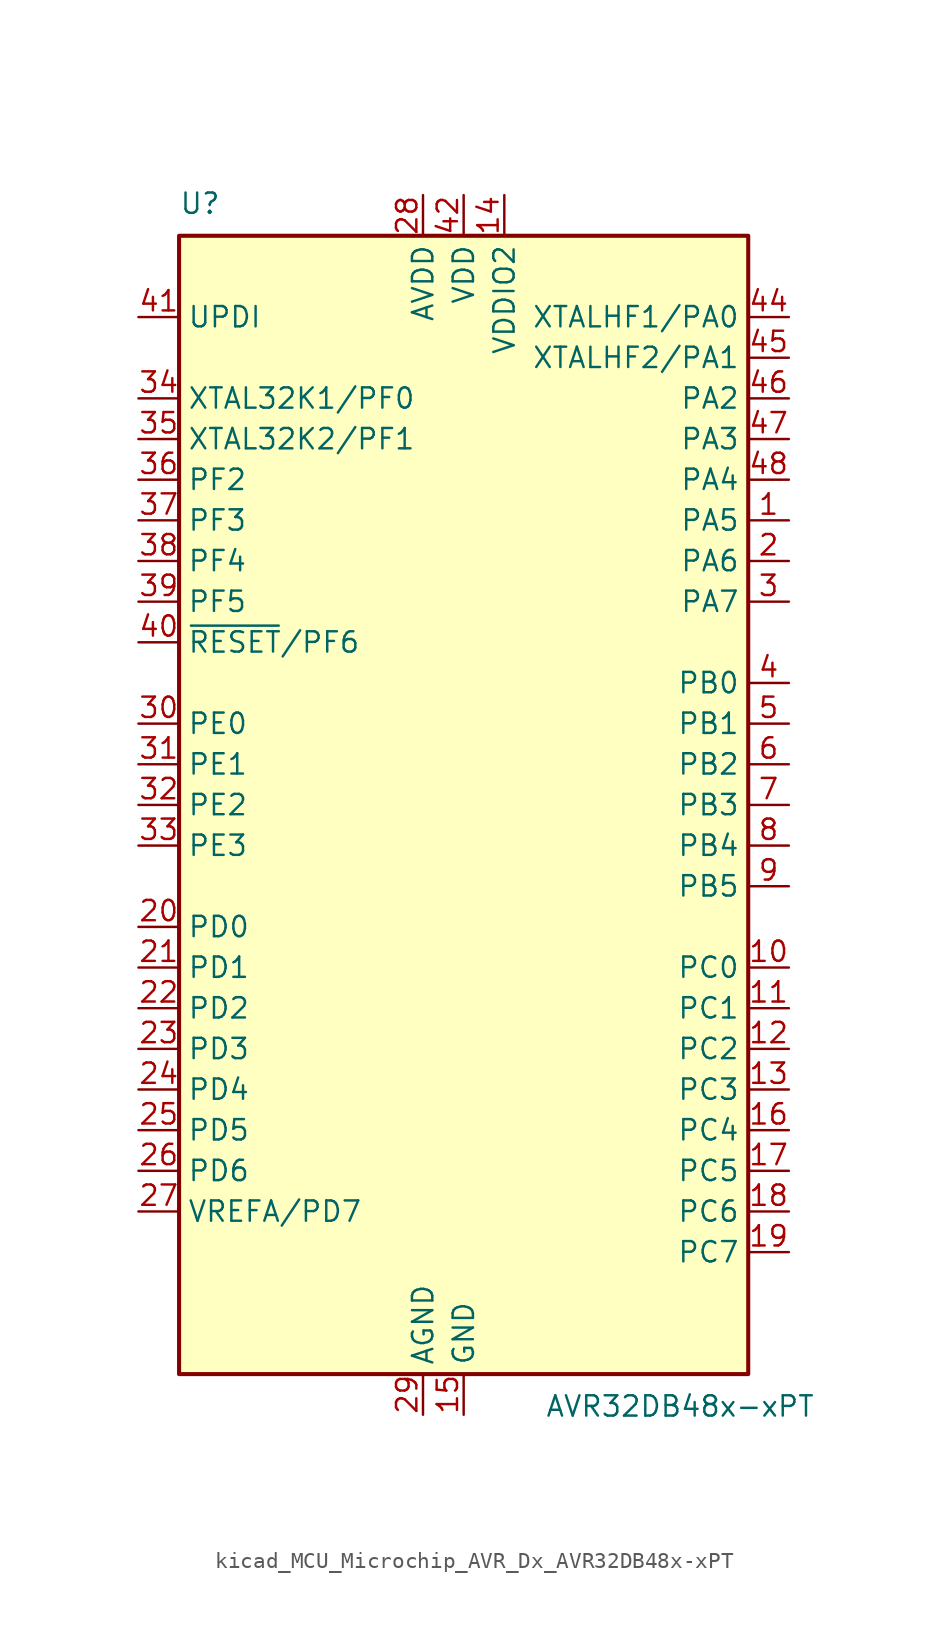
<source format=kicad_sym>
(kicad_symbol_lib
  (version 20220914)
  (generator kicad_symbol_editor)
  (symbol "kicad_MCU_Microchip_AVR_Dx_AVR32DB48x-xPT"
    (property "Reference" "U"
      (at -17.78 36.83 0)
      (effects (font (size 1.27 1.27)) (justify left bottom)))
    (property "Value" "AVR32DB48x-xPT"
      (at 5.08 -36.83 0)
      (effects (font (size 1.27 1.27)) (justify left top)))
    (symbol "kicad_MCU_Microchip_AVR_Dx_AVR32DB48x-xPT_0_1"
      (rectangle (start -17.78 35.56) (end 17.78 -35.56) (stroke (width 0.254) (type default)) (fill (type background))))
    (symbol "kicad_MCU_Microchip_AVR_Dx_AVR32DB48x-xPT_1_1"
      (pin bidirectional line (at 20.32 17.78 180) (length 2.54) (name "PA5" (effects (font (size 1.27 1.27)))) (number "1" (effects (font (size 1.27 1.27)))))
      (pin bidirectional line (at 20.32 -10.16 180) (length 2.54) (name "PC0" (effects (font (size 1.27 1.27)))) (number "10" (effects (font (size 1.27 1.27)))))
      (pin bidirectional line (at 20.32 -12.7 180) (length 2.54) (name "PC1" (effects (font (size 1.27 1.27)))) (number "11" (effects (font (size 1.27 1.27)))))
      (pin bidirectional line (at 20.32 -15.24 180) (length 2.54) (name "PC2" (effects (font (size 1.27 1.27)))) (number "12" (effects (font (size 1.27 1.27)))))
      (pin bidirectional line (at 20.32 -17.78 180) (length 2.54) (name "PC3" (effects (font (size 1.27 1.27)))) (number "13" (effects (font (size 1.27 1.27)))))
      (pin power_in line (at 2.54 38.1 270) (length 2.54) (name "VDDIO2" (effects (font (size 1.27 1.27)))) (number "14" (effects (font (size 1.27 1.27)))))
      (pin power_in line (at 0 -38.1 90) (length 2.54) (name "GND" (effects (font (size 1.27 1.27)))) (number "15" (effects (font (size 1.27 1.27)))))
      (pin bidirectional line (at 20.32 -20.32 180) (length 2.54) (name "PC4" (effects (font (size 1.27 1.27)))) (number "16" (effects (font (size 1.27 1.27)))))
      (pin bidirectional line (at 20.32 -22.86 180) (length 2.54) (name "PC5" (effects (font (size 1.27 1.27)))) (number "17" (effects (font (size 1.27 1.27)))))
      (pin bidirectional line (at 20.32 -25.4 180) (length 2.54) (name "PC6" (effects (font (size 1.27 1.27)))) (number "18" (effects (font (size 1.27 1.27)))))
      (pin bidirectional line (at 20.32 -27.94 180) (length 2.54) (name "PC7" (effects (font (size 1.27 1.27)))) (number "19" (effects (font (size 1.27 1.27)))))
      (pin bidirectional line (at 20.32 15.24 180) (length 2.54) (name "PA6" (effects (font (size 1.27 1.27)))) (number "2" (effects (font (size 1.27 1.27)))))
      (pin bidirectional line (at -20.32 -7.62 0) (length 2.54) (name "PD0" (effects (font (size 1.27 1.27)))) (number "20" (effects (font (size 1.27 1.27)))))
      (pin bidirectional line (at -20.32 -10.16 0) (length 2.54) (name "PD1" (effects (font (size 1.27 1.27)))) (number "21" (effects (font (size 1.27 1.27)))))
      (pin bidirectional line (at -20.32 -12.7 0) (length 2.54) (name "PD2" (effects (font (size 1.27 1.27)))) (number "22" (effects (font (size 1.27 1.27)))))
      (pin bidirectional line (at -20.32 -15.24 0) (length 2.54) (name "PD3" (effects (font (size 1.27 1.27)))) (number "23" (effects (font (size 1.27 1.27)))))
      (pin bidirectional line (at -20.32 -17.78 0) (length 2.54) (name "PD4" (effects (font (size 1.27 1.27)))) (number "24" (effects (font (size 1.27 1.27)))))
      (pin bidirectional line (at -20.32 -20.32 0) (length 2.54) (name "PD5" (effects (font (size 1.27 1.27)))) (number "25" (effects (font (size 1.27 1.27)))))
      (pin bidirectional line (at -20.32 -22.86 0) (length 2.54) (name "PD6" (effects (font (size 1.27 1.27)))) (number "26" (effects (font (size 1.27 1.27)))))
      (pin bidirectional line (at -20.32 -25.4 0) (length 2.54) (name "VREFA/PD7" (effects (font (size 1.27 1.27)))) (number "27" (effects (font (size 1.27 1.27)))))
      (pin power_in line (at -2.54 38.1 270) (length 2.54) (name "AVDD" (effects (font (size 1.27 1.27)))) (number "28" (effects (font (size 1.27 1.27)))))
      (pin power_in line (at -2.54 -38.1 90) (length 2.54) (name "AGND" (effects (font (size 1.27 1.27)))) (number "29" (effects (font (size 1.27 1.27)))))
      (pin bidirectional line (at 20.32 12.7 180) (length 2.54) (name "PA7" (effects (font (size 1.27 1.27)))) (number "3" (effects (font (size 1.27 1.27)))))
      (pin bidirectional line (at -20.32 5.08 0) (length 2.54) (name "PE0" (effects (font (size 1.27 1.27)))) (number "30" (effects (font (size 1.27 1.27)))))
      (pin bidirectional line (at -20.32 2.54 0) (length 2.54) (name "PE1" (effects (font (size 1.27 1.27)))) (number "31" (effects (font (size 1.27 1.27)))))
      (pin bidirectional line (at -20.32 0 0) (length 2.54) (name "PE2" (effects (font (size 1.27 1.27)))) (number "32" (effects (font (size 1.27 1.27)))))
      (pin bidirectional line (at -20.32 -2.54 0) (length 2.54) (name "PE3" (effects (font (size 1.27 1.27)))) (number "33" (effects (font (size 1.27 1.27)))))
      (pin bidirectional line (at -20.32 25.4 0) (length 2.54) (name "XTAL32K1/PF0" (effects (font (size 1.27 1.27)))) (number "34" (effects (font (size 1.27 1.27)))))
      (pin bidirectional line (at -20.32 22.86 0) (length 2.54) (name "XTAL32K2/PF1" (effects (font (size 1.27 1.27)))) (number "35" (effects (font (size 1.27 1.27)))))
      (pin bidirectional line (at -20.32 20.32 0) (length 2.54) (name "PF2" (effects (font (size 1.27 1.27)))) (number "36" (effects (font (size 1.27 1.27)))))
      (pin bidirectional line (at -20.32 17.78 0) (length 2.54) (name "PF3" (effects (font (size 1.27 1.27)))) (number "37" (effects (font (size 1.27 1.27)))))
      (pin bidirectional line (at -20.32 15.24 0) (length 2.54) (name "PF4" (effects (font (size 1.27 1.27)))) (number "38" (effects (font (size 1.27 1.27)))))
      (pin bidirectional line (at -20.32 12.7 0) (length 2.54) (name "PF5" (effects (font (size 1.27 1.27)))) (number "39" (effects (font (size 1.27 1.27)))))
      (pin bidirectional line (at 20.32 7.62 180) (length 2.54) (name "PB0" (effects (font (size 1.27 1.27)))) (number "4" (effects (font (size 1.27 1.27)))))
      (pin bidirectional line (at -20.32 10.16 0) (length 2.54) (name "~{RESET}/PF6" (effects (font (size 1.27 1.27)))) (number "40" (effects (font (size 1.27 1.27)))))
      (pin input line (at -20.32 30.48 0) (length 2.54) (name "UPDI" (effects (font (size 1.27 1.27)))) (number "41" (effects (font (size 1.27 1.27)))))
      (pin power_in line (at 0 38.1 270) (length 2.54) (name "VDD" (effects (font (size 1.27 1.27)))) (number "42" (effects (font (size 1.27 1.27)))))
      (pin passive line (at 0 -38.1 90) (length 2.54) hide (name "GND" (effects (font (size 1.27 1.27)))) (number "43" (effects (font (size 1.27 1.27)))))
      (pin bidirectional line (at 20.32 30.48 180) (length 2.54) (name "XTALHF1/PA0" (effects (font (size 1.27 1.27)))) (number "44" (effects (font (size 1.27 1.27)))))
      (pin bidirectional line (at 20.32 27.94 180) (length 2.54) (name "XTALHF2/PA1" (effects (font (size 1.27 1.27)))) (number "45" (effects (font (size 1.27 1.27)))))
      (pin bidirectional line (at 20.32 25.4 180) (length 2.54) (name "PA2" (effects (font (size 1.27 1.27)))) (number "46" (effects (font (size 1.27 1.27)))))
      (pin bidirectional line (at 20.32 22.86 180) (length 2.54) (name "PA3" (effects (font (size 1.27 1.27)))) (number "47" (effects (font (size 1.27 1.27)))))
      (pin bidirectional line (at 20.32 20.32 180) (length 2.54) (name "PA4" (effects (font (size 1.27 1.27)))) (number "48" (effects (font (size 1.27 1.27)))))
      (pin bidirectional line (at 20.32 5.08 180) (length 2.54) (name "PB1" (effects (font (size 1.27 1.27)))) (number "5" (effects (font (size 1.27 1.27)))))
      (pin bidirectional line (at 20.32 2.54 180) (length 2.54) (name "PB2" (effects (font (size 1.27 1.27)))) (number "6" (effects (font (size 1.27 1.27)))))
      (pin bidirectional line (at 20.32 0 180) (length 2.54) (name "PB3" (effects (font (size 1.27 1.27)))) (number "7" (effects (font (size 1.27 1.27)))))
      (pin bidirectional line (at 20.32 -2.54 180) (length 2.54) (name "PB4" (effects (font (size 1.27 1.27)))) (number "8" (effects (font (size 1.27 1.27)))))
      (pin bidirectional line (at 20.32 -5.08 180) (length 2.54) (name "PB5" (effects (font (size 1.27 1.27)))) (number "9" (effects (font (size 1.27 1.27))))))))
</source>
